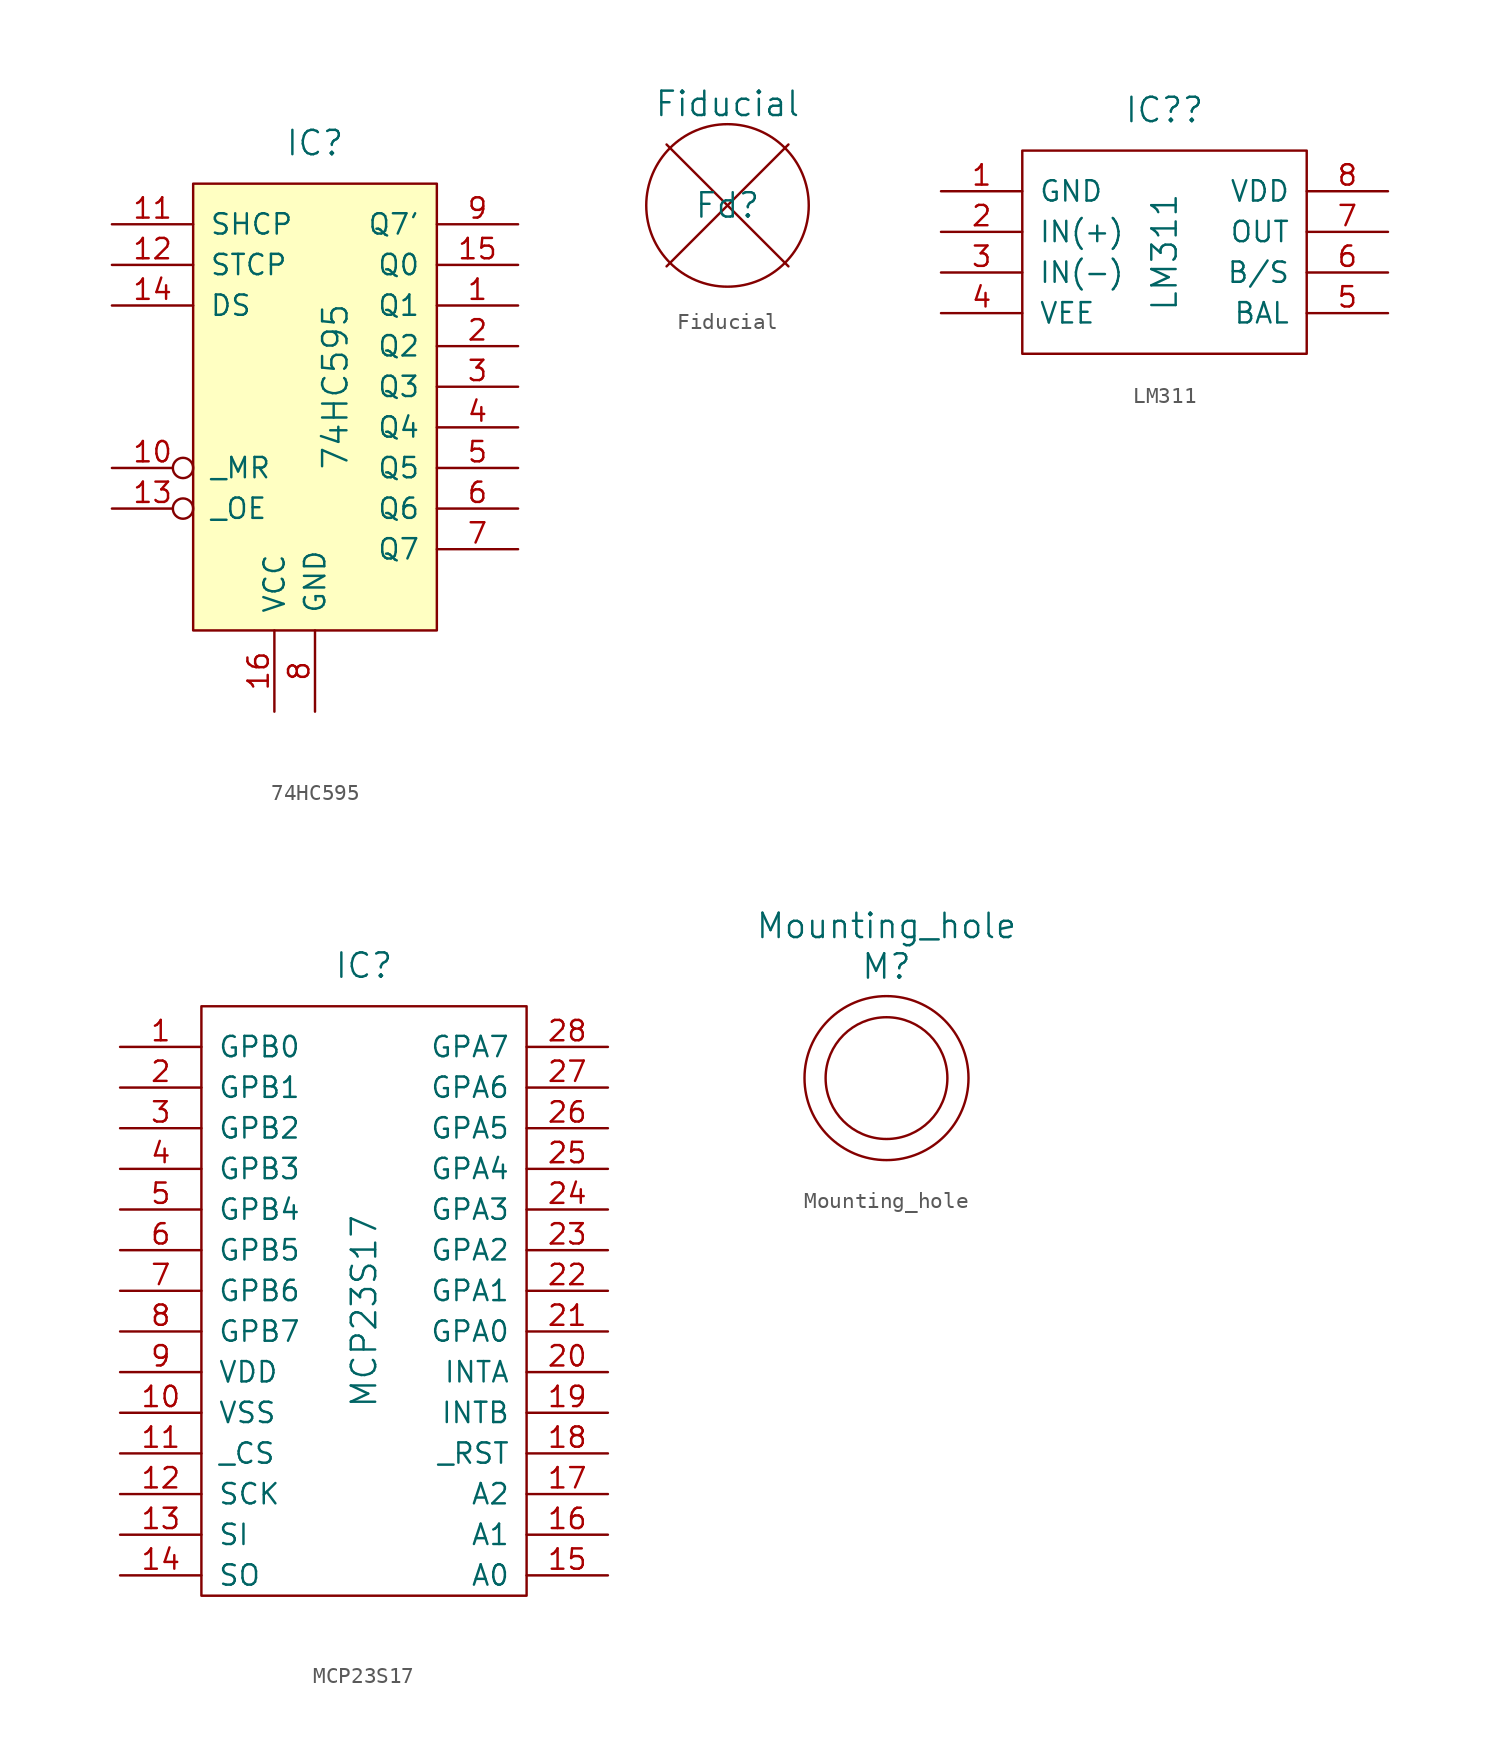
<source format=kicad_sym>
(kicad_symbol_lib
  (version 20220914)
  (generator kicad_symbol_editor)
  (symbol "74HC595"
    (pin_names
      (offset 1.016))
    (property "Reference" "IC"
      (at 1.27 2.54 0)
      (effects (font (size 1.524 1.524))))
    (property "Value" "74HC595"
      (at 2.54 -12.7 90)
      (effects (font (size 1.524 1.524))))
    (symbol "74HC595_0_1"
      (rectangle (start -6.35 0) (end 8.89 -27.94) (stroke (width 0) (type solid)) (fill (type background))))
    (symbol "74HC595_1_1"
      (pin input line (at 13.97 -7.62 180) (length 5.08) (name "Q1" (effects (font (size 1.27 1.27)))) (number "1" (effects (font (size 1.27 1.27)))))
      (pin input inverted (at -11.43 -17.78 0) (length 5.08) (name "_MR" (effects (font (size 1.27 1.27)))) (number "10" (effects (font (size 1.27 1.27)))))
      (pin input line (at -11.43 -2.54 0) (length 5.08) (name "SHCP" (effects (font (size 1.27 1.27)))) (number "11" (effects (font (size 1.27 1.27)))))
      (pin input line (at -11.43 -5.08 0) (length 5.08) (name "STCP" (effects (font (size 1.27 1.27)))) (number "12" (effects (font (size 1.27 1.27)))))
      (pin input inverted (at -11.43 -20.32 0) (length 5.08) (name "_OE" (effects (font (size 1.27 1.27)))) (number "13" (effects (font (size 1.27 1.27)))))
      (pin input line (at -11.43 -7.62 0) (length 5.08) (name "DS" (effects (font (size 1.27 1.27)))) (number "14" (effects (font (size 1.27 1.27)))))
      (pin input line (at 13.97 -5.08 180) (length 5.08) (name "Q0" (effects (font (size 1.27 1.27)))) (number "15" (effects (font (size 1.27 1.27)))))
      (pin input line (at -1.27 -33.02 90) (length 5.08) (name "VCC" (effects (font (size 1.27 1.27)))) (number "16" (effects (font (size 1.27 1.27)))))
      (pin input line (at 13.97 -10.16 180) (length 5.08) (name "Q2" (effects (font (size 1.27 1.27)))) (number "2" (effects (font (size 1.27 1.27)))))
      (pin input line (at 13.97 -12.7 180) (length 5.08) (name "Q3" (effects (font (size 1.27 1.27)))) (number "3" (effects (font (size 1.27 1.27)))))
      (pin input line (at 13.97 -15.24 180) (length 5.08) (name "Q4" (effects (font (size 1.27 1.27)))) (number "4" (effects (font (size 1.27 1.27)))))
      (pin input line (at 13.97 -17.78 180) (length 5.08) (name "Q5" (effects (font (size 1.27 1.27)))) (number "5" (effects (font (size 1.27 1.27)))))
      (pin input line (at 13.97 -20.32 180) (length 5.08) (name "Q6" (effects (font (size 1.27 1.27)))) (number "6" (effects (font (size 1.27 1.27)))))
      (pin input line (at 13.97 -22.86 180) (length 5.08) (name "Q7" (effects (font (size 1.27 1.27)))) (number "7" (effects (font (size 1.27 1.27)))))
      (pin input line (at 1.27 -33.02 90) (length 5.08) (name "GND" (effects (font (size 1.27 1.27)))) (number "8" (effects (font (size 1.27 1.27)))))
      (pin input line (at 13.97 -2.54 180) (length 5.08) (name "Q7'" (effects (font (size 1.27 1.27)))) (number "9" (effects (font (size 1.27 1.27)))))))
  (symbol "Fiducial"
    (pin_names
      (offset 1.016))
    (property "Reference" "Fd"
      (at 0 0 0)
      (effects (font (size 1.524 1.524))))
    (property "Value" "Fiducial"
      (at 0 6.35 0)
      (effects (font (size 1.524 1.524))))
    (symbol "Fiducial_0_1"
      (polyline (pts (xy -3.81 3.81) (xy 3.81 -3.81)) (stroke (width 0) (type solid)) (fill (type none)))
      (polyline (pts (xy 3.81 3.81) (xy -3.81 -3.81)) (stroke (width 0) (type solid)) (fill (type none)))
      (circle (center 0 0) (radius 5.08) (stroke (width 0) (type solid)) (fill (type none)))))
  (symbol "LM311"
    (pin_names
      (offset 1.016))
    (property "Reference" "IC?"
      (at 0 2.54 0)
      (effects (font (size 1.524 1.524))))
    (property "Value" "LM311"
      (at 0 -6.35 90)
      (effects (font (size 1.524 1.524))))
    (symbol "LM311_0_1"
      (rectangle (start -8.89 0) (end 8.89 -12.7) (stroke (width 0) (type solid)) (fill (type none))))
    (symbol "LM311_1_1"
      (pin bidirectional line (at -13.97 -2.54 0) (length 5.08) (name "GND" (effects (font (size 1.27 1.27)))) (number "1" (effects (font (size 1.27 1.27)))))
      (pin bidirectional line (at -13.97 -5.08 0) (length 5.08) (name "IN(+)" (effects (font (size 1.27 1.27)))) (number "2" (effects (font (size 1.27 1.27)))))
      (pin bidirectional line (at -13.97 -7.62 0) (length 5.08) (name "IN(-)" (effects (font (size 1.27 1.27)))) (number "3" (effects (font (size 1.27 1.27)))))
      (pin bidirectional line (at -13.97 -10.16 0) (length 5.08) (name "VEE" (effects (font (size 1.27 1.27)))) (number "4" (effects (font (size 1.27 1.27)))))
      (pin bidirectional line (at 13.97 -10.16 180) (length 5.08) (name "BAL" (effects (font (size 1.27 1.27)))) (number "5" (effects (font (size 1.27 1.27)))))
      (pin bidirectional line (at 13.97 -7.62 180) (length 5.08) (name "B/S" (effects (font (size 1.27 1.27)))) (number "6" (effects (font (size 1.27 1.27)))))
      (pin bidirectional line (at 13.97 -5.08 180) (length 5.08) (name "OUT" (effects (font (size 1.27 1.27)))) (number "7" (effects (font (size 1.27 1.27)))))
      (pin bidirectional line (at 13.97 -2.54 180) (length 5.08) (name "VDD" (effects (font (size 1.27 1.27)))) (number "8" (effects (font (size 1.27 1.27)))))))
  (symbol "MCP23S17"
    (pin_names
      (offset 1.016))
    (property "Reference" "IC"
      (at 0 2.54 0)
      (effects (font (size 1.524 1.524))))
    (property "Value" "MCP23S17"
      (at 0 -19.05 90)
      (effects (font (size 1.524 1.524))))
    (symbol "MCP23S17_0_1"
      (rectangle (start -10.16 0) (end 10.16 -36.83) (stroke (width 0) (type solid)) (fill (type none))))
    (symbol "MCP23S17_1_1"
      (pin input line (at -15.24 -2.54 0) (length 5.08) (name "GPB0" (effects (font (size 1.27 1.27)))) (number "1" (effects (font (size 1.27 1.27)))))
      (pin input line (at -15.24 -25.4 0) (length 5.08) (name "VSS" (effects (font (size 1.27 1.27)))) (number "10" (effects (font (size 1.27 1.27)))))
      (pin input line (at -15.24 -27.94 0) (length 5.08) (name "_CS" (effects (font (size 1.27 1.27)))) (number "11" (effects (font (size 1.27 1.27)))))
      (pin input line (at -15.24 -30.48 0) (length 5.08) (name "SCK" (effects (font (size 1.27 1.27)))) (number "12" (effects (font (size 1.27 1.27)))))
      (pin input line (at -15.24 -33.02 0) (length 5.08) (name "SI" (effects (font (size 1.27 1.27)))) (number "13" (effects (font (size 1.27 1.27)))))
      (pin input line (at -15.24 -35.56 0) (length 5.08) (name "SO" (effects (font (size 1.27 1.27)))) (number "14" (effects (font (size 1.27 1.27)))))
      (pin input line (at 15.24 -35.56 180) (length 5.08) (name "A0" (effects (font (size 1.27 1.27)))) (number "15" (effects (font (size 1.27 1.27)))))
      (pin input line (at 15.24 -33.02 180) (length 5.08) (name "A1" (effects (font (size 1.27 1.27)))) (number "16" (effects (font (size 1.27 1.27)))))
      (pin input line (at 15.24 -30.48 180) (length 5.08) (name "A2" (effects (font (size 1.27 1.27)))) (number "17" (effects (font (size 1.27 1.27)))))
      (pin input line (at 15.24 -27.94 180) (length 5.08) (name "_RST" (effects (font (size 1.27 1.27)))) (number "18" (effects (font (size 1.27 1.27)))))
      (pin input line (at 15.24 -25.4 180) (length 5.08) (name "INTB" (effects (font (size 1.27 1.27)))) (number "19" (effects (font (size 1.27 1.27)))))
      (pin input line (at -15.24 -5.08 0) (length 5.08) (name "GPB1" (effects (font (size 1.27 1.27)))) (number "2" (effects (font (size 1.27 1.27)))))
      (pin input line (at 15.24 -22.86 180) (length 5.08) (name "INTA" (effects (font (size 1.27 1.27)))) (number "20" (effects (font (size 1.27 1.27)))))
      (pin input line (at 15.24 -20.32 180) (length 5.08) (name "GPA0" (effects (font (size 1.27 1.27)))) (number "21" (effects (font (size 1.27 1.27)))))
      (pin input line (at 15.24 -17.78 180) (length 5.08) (name "GPA1" (effects (font (size 1.27 1.27)))) (number "22" (effects (font (size 1.27 1.27)))))
      (pin input line (at 15.24 -15.24 180) (length 5.08) (name "GPA2" (effects (font (size 1.27 1.27)))) (number "23" (effects (font (size 1.27 1.27)))))
      (pin input line (at 15.24 -12.7 180) (length 5.08) (name "GPA3" (effects (font (size 1.27 1.27)))) (number "24" (effects (font (size 1.27 1.27)))))
      (pin input line (at 15.24 -10.16 180) (length 5.08) (name "GPA4" (effects (font (size 1.27 1.27)))) (number "25" (effects (font (size 1.27 1.27)))))
      (pin input line (at 15.24 -7.62 180) (length 5.08) (name "GPA5" (effects (font (size 1.27 1.27)))) (number "26" (effects (font (size 1.27 1.27)))))
      (pin input line (at 15.24 -5.08 180) (length 5.08) (name "GPA6" (effects (font (size 1.27 1.27)))) (number "27" (effects (font (size 1.27 1.27)))))
      (pin input line (at 15.24 -2.54 180) (length 5.08) (name "GPA7" (effects (font (size 1.27 1.27)))) (number "28" (effects (font (size 1.27 1.27)))))
      (pin input line (at -15.24 -7.62 0) (length 5.08) (name "GPB2" (effects (font (size 1.27 1.27)))) (number "3" (effects (font (size 1.27 1.27)))))
      (pin input line (at -15.24 -10.16 0) (length 5.08) (name "GPB3" (effects (font (size 1.27 1.27)))) (number "4" (effects (font (size 1.27 1.27)))))
      (pin input line (at -15.24 -12.7 0) (length 5.08) (name "GPB4" (effects (font (size 1.27 1.27)))) (number "5" (effects (font (size 1.27 1.27)))))
      (pin input line (at -15.24 -15.24 0) (length 5.08) (name "GPB5" (effects (font (size 1.27 1.27)))) (number "6" (effects (font (size 1.27 1.27)))))
      (pin input line (at -15.24 -17.78 0) (length 5.08) (name "GPB6" (effects (font (size 1.27 1.27)))) (number "7" (effects (font (size 1.27 1.27)))))
      (pin input line (at -15.24 -20.32 0) (length 5.08) (name "GPB7" (effects (font (size 1.27 1.27)))) (number "8" (effects (font (size 1.27 1.27)))))
      (pin input line (at -15.24 -22.86 0) (length 5.08) (name "VDD" (effects (font (size 1.27 1.27)))) (number "9" (effects (font (size 1.27 1.27)))))))
  (symbol "Mounting_hole"
    (pin_names
      (offset 1.016))
    (property "Reference" "M"
      (at 0 6.985 0)
      (effects (font (size 1.524 1.524))))
    (property "Value" "Mounting_hole"
      (at 0 9.525 0)
      (effects (font (size 1.524 1.524))))
    (symbol "Mounting_hole_0_1"
      (circle (center 0 0) (radius 3.81) (stroke (width 0) (type solid)) (fill (type none)))
      (circle (center 0 0) (radius 5.131) (stroke (width 0) (type solid)) (fill (type none))))))
</source>
